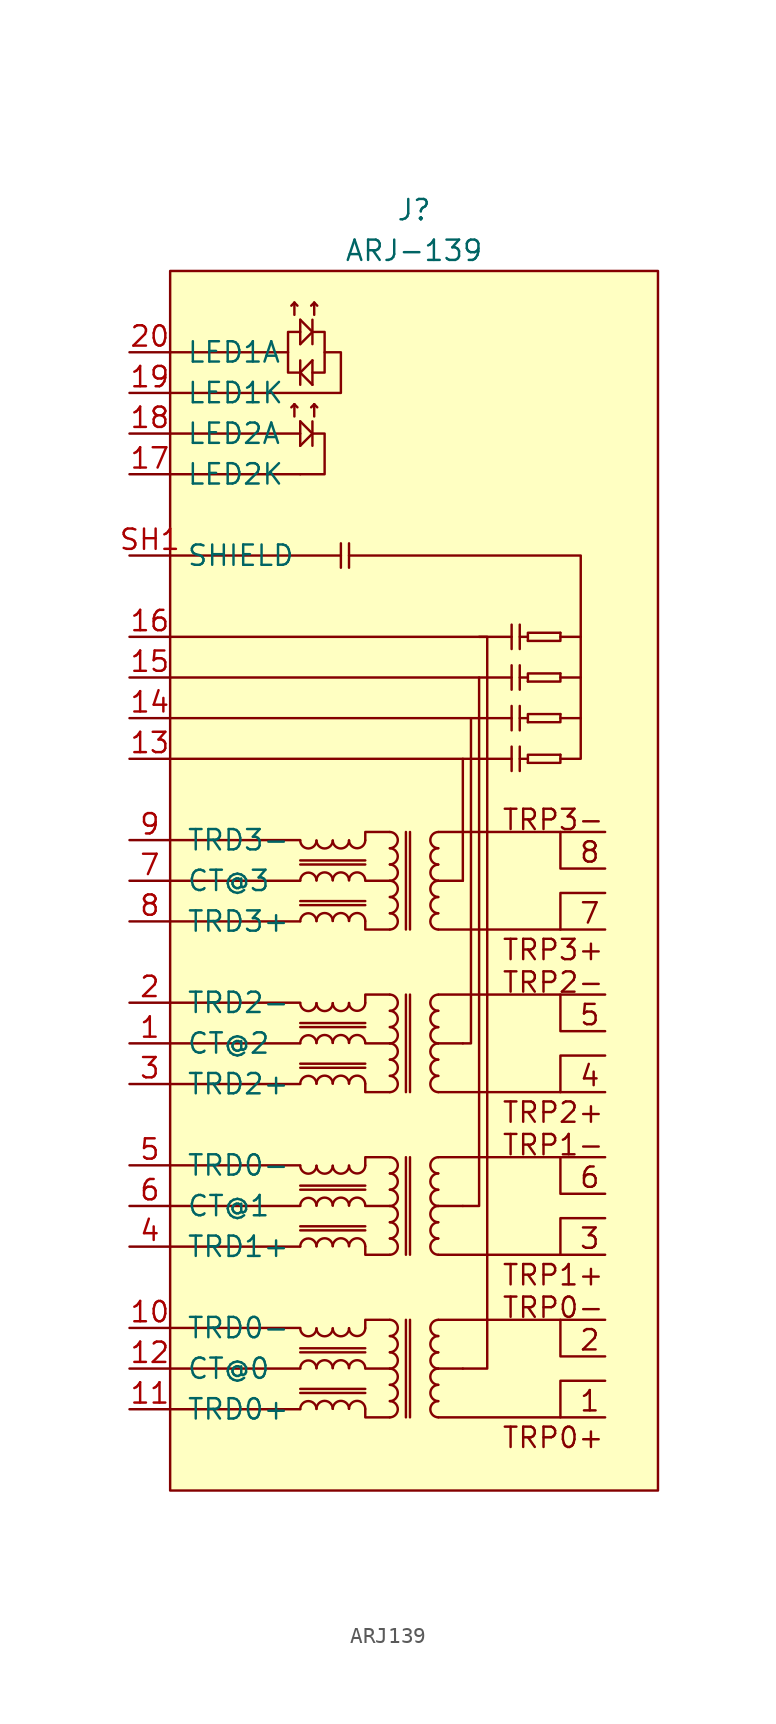
<source format=kicad_sym>
(kicad_symbol_lib
  (version 20220914)
  (generator kicad_symbol_editor)
  (symbol "ARJ139"
    (pin_names
      (offset 1.016))
    (property "Reference" "J"
      (at 0 3.81 0)
      (effects (font (size 1.27 1.27))))
    (property "Value" "ARJ-139"
      (at 0 1.27 0)
      (effects (font (size 1.27 1.27))))
    (symbol "ARJ139_0_0"
      (polyline (pts (xy -15.24 -17.78) (xy -4.572 -17.78)) (stroke (width 0) (type default)) (fill (type none)))
      (polyline (pts (xy -4.572 -17.018) (xy -4.572 -18.542)) (stroke (width 0) (type default)) (fill (type none)))
      (polyline (pts (xy -4.064 -18.542) (xy -4.064 -17.018)) (stroke (width 0) (type default)) (fill (type none)))
      (polyline (pts (xy 3.048 -30.48) (xy 6.096 -30.48)) (stroke (width 0) (type default)) (fill (type none)))
      (polyline (pts (xy 3.556 -27.94) (xy 6.096 -27.94)) (stroke (width 0) (type default)) (fill (type none)))
      (polyline (pts (xy 4.064 -25.4) (xy 6.096 -25.4)) (stroke (width 0) (type default)) (fill (type none)))
      (polyline (pts (xy 4.064 -22.86) (xy 6.096 -22.86)) (stroke (width 0) (type default)) (fill (type none)))
      (polyline (pts (xy 6.096 -29.718) (xy 6.096 -31.242)) (stroke (width 0) (type default)) (fill (type none)))
      (polyline (pts (xy 6.096 -27.178) (xy 6.096 -28.702)) (stroke (width 0) (type default)) (fill (type none)))
      (polyline (pts (xy 6.096 -24.638) (xy 6.096 -26.162)) (stroke (width 0) (type default)) (fill (type none)))
      (polyline (pts (xy 6.096 -22.098) (xy 6.096 -23.622)) (stroke (width 0) (type default)) (fill (type none)))
      (polyline (pts (xy 6.604 -31.242) (xy 6.604 -29.718)) (stroke (width 0) (type default)) (fill (type none)))
      (polyline (pts (xy 6.604 -30.48) (xy 7.112 -30.48)) (stroke (width 0) (type default)) (fill (type none)))
      (polyline (pts (xy 6.604 -28.702) (xy 6.604 -27.178)) (stroke (width 0) (type default)) (fill (type none)))
      (polyline (pts (xy 6.604 -27.94) (xy 7.112 -27.94)) (stroke (width 0) (type default)) (fill (type none)))
      (polyline (pts (xy 6.604 -26.162) (xy 6.604 -24.638)) (stroke (width 0) (type default)) (fill (type none)))
      (polyline (pts (xy 6.604 -25.4) (xy 7.112 -25.4)) (stroke (width 0) (type default)) (fill (type none)))
      (polyline (pts (xy 6.604 -23.622) (xy 6.604 -22.098)) (stroke (width 0) (type default)) (fill (type none)))
      (polyline (pts (xy 6.604 -22.86) (xy 7.112 -22.86)) (stroke (width 0) (type default)) (fill (type none)))
      (polyline (pts (xy 9.144 -27.94) (xy 10.414 -27.94)) (stroke (width 0) (type default)) (fill (type none)))
      (polyline (pts (xy 9.144 -25.4) (xy 10.414 -25.4)) (stroke (width 0) (type default)) (fill (type none)))
      (polyline (pts (xy 9.144 -22.86) (xy 10.414 -22.86)) (stroke (width 0) (type default)) (fill (type none)))
      (polyline (pts (xy 7.112 -30.734) (xy 7.112 -30.226) (xy 9.144 -30.226)) (stroke (width 0) (type default)) (fill (type none)))
      (polyline (pts (xy 7.112 -28.194) (xy 7.112 -27.686) (xy 9.144 -27.686)) (stroke (width 0) (type default)) (fill (type none)))
      (polyline (pts (xy 7.112 -25.654) (xy 7.112 -25.146) (xy 9.144 -25.146)) (stroke (width 0) (type default)) (fill (type none)))
      (polyline (pts (xy 7.112 -23.114) (xy 7.112 -22.606) (xy 9.144 -22.606)) (stroke (width 0) (type default)) (fill (type none)))
      (polyline (pts (xy 9.144 -71.628) (xy 9.144 -69.342) (xy 11.938 -69.342)) (stroke (width 0) (type default)) (fill (type none)))
      (polyline (pts (xy 9.144 -65.532) (xy 9.144 -67.818) (xy 11.938 -67.818)) (stroke (width 0) (type default)) (fill (type none)))
      (polyline (pts (xy 9.144 -61.468) (xy 9.144 -59.182) (xy 11.938 -59.182)) (stroke (width 0) (type default)) (fill (type none)))
      (polyline (pts (xy 9.144 -55.372) (xy 9.144 -57.658) (xy 11.938 -57.658)) (stroke (width 0) (type default)) (fill (type none)))
      (polyline (pts (xy 9.144 -51.308) (xy 9.144 -49.022) (xy 11.938 -49.022)) (stroke (width 0) (type default)) (fill (type none)))
      (polyline (pts (xy 9.144 -45.212) (xy 9.144 -47.498) (xy 11.938 -47.498)) (stroke (width 0) (type default)) (fill (type none)))
      (polyline (pts (xy 9.144 -41.148) (xy 9.144 -38.862) (xy 11.938 -38.862)) (stroke (width 0) (type default)) (fill (type none)))
      (polyline (pts (xy 9.144 -35.052) (xy 9.144 -37.338) (xy 11.938 -37.338)) (stroke (width 0) (type default)) (fill (type none)))
      (polyline (pts (xy 9.144 -30.226) (xy 9.144 -30.734) (xy 7.112 -30.734)) (stroke (width 0) (type default)) (fill (type none)))
      (polyline (pts (xy 9.144 -27.686) (xy 9.144 -28.194) (xy 7.112 -28.194)) (stroke (width 0) (type default)) (fill (type none)))
      (polyline (pts (xy 9.144 -25.146) (xy 9.144 -25.654) (xy 7.112 -25.654)) (stroke (width 0) (type default)) (fill (type none)))
      (polyline (pts (xy 9.144 -22.606) (xy 9.144 -23.114) (xy 7.112 -23.114)) (stroke (width 0) (type default)) (fill (type none)))
      (polyline (pts (xy -4.064 -17.78) (xy 10.414 -17.78) (xy 10.414 -30.48) (xy 9.144 -30.48)) (stroke (width 0) (type default)) (fill (type none)))
      (text "1" (at 11.684 -70.612 0) (effects (font (size 1.27 1.27)) (justify right)))
      (text "2" (at 11.684 -66.802 0) (effects (font (size 1.27 1.27)) (justify right)))
      (text "3" (at 11.684 -60.452 0) (effects (font (size 1.27 1.27)) (justify right)))
      (text "4" (at 11.684 -50.292 0) (effects (font (size 1.27 1.27)) (justify right)))
      (text "5" (at 11.684 -46.482 0) (effects (font (size 1.27 1.27)) (justify right)))
      (text "6" (at 11.684 -56.642 0) (effects (font (size 1.27 1.27)) (justify right)))
      (text "7" (at 11.684 -40.132 0) (effects (font (size 1.27 1.27)) (justify right)))
      (text "8" (at 11.684 -36.322 0) (effects (font (size 1.27 1.27)) (justify right)))
      (text "TRP0+" (at 11.938 -72.898 0) (effects (font (size 1.27 1.27)) (justify right)))
      (text "TRP0-" (at 11.938 -64.77 0) (effects (font (size 1.27 1.27)) (justify right)))
      (text "TRP1+" (at 11.938 -62.738 0) (effects (font (size 1.27 1.27)) (justify right)))
      (text "TRP1-" (at 11.938 -54.61 0) (effects (font (size 1.27 1.27)) (justify right)))
      (text "TRP2+" (at 11.938 -52.578 0) (effects (font (size 1.27 1.27)) (justify right)))
      (text "TRP2-" (at 11.938 -44.45 0) (effects (font (size 1.27 1.27)) (justify right)))
      (text "TRP3+" (at 11.938 -42.418 0) (effects (font (size 1.27 1.27)) (justify right)))
      (text "TRP3-" (at 11.938 -34.29 0) (effects (font (size 1.27 1.27)) (justify right))))
    (symbol "ARJ139_0_1"
      (rectangle (start -15.24 0) (end 15.24 -76.2) (stroke (width 0) (type default)) (fill (type background)))
      (arc (start -7.112 -66.0686) (mid -6.604 -66.5625) (end -6.096 -66.0686) (stroke (width 0) (type default)) (fill (type none)))
      (arc (start -7.112 -55.9086) (mid -6.604 -56.4025) (end -6.096 -55.9086) (stroke (width 0) (type default)) (fill (type none)))
      (arc (start -7.112 -45.7486) (mid -6.604 -46.2425) (end -6.096 -45.7486) (stroke (width 0) (type default)) (fill (type none)))
      (arc (start -7.112 -35.5886) (mid -6.604 -36.0825) (end -6.096 -35.5886) (stroke (width 0) (type default)) (fill (type none)))
      (arc (start -6.096 -71.1057) (mid -6.604 -70.6118) (end -7.112 -71.1057) (stroke (width 0) (type default)) (fill (type none)))
      (arc (start -6.096 -68.5657) (mid -6.604 -68.0718) (end -7.112 -68.5657) (stroke (width 0) (type default)) (fill (type none)))
      (arc (start -6.096 -66.0686) (mid -5.588 -66.5625) (end -5.08 -66.0686) (stroke (width 0) (type default)) (fill (type none)))
      (arc (start -6.096 -60.9457) (mid -6.604 -60.4518) (end -7.112 -60.9457) (stroke (width 0) (type default)) (fill (type none)))
      (arc (start -6.096 -58.4057) (mid -6.604 -57.9118) (end -7.112 -58.4057) (stroke (width 0) (type default)) (fill (type none)))
      (arc (start -6.096 -55.9086) (mid -5.588 -56.4025) (end -5.08 -55.9086) (stroke (width 0) (type default)) (fill (type none)))
      (arc (start -6.096 -50.7857) (mid -6.604 -50.2918) (end -7.112 -50.7857) (stroke (width 0) (type default)) (fill (type none)))
      (arc (start -6.096 -48.2457) (mid -6.604 -47.7518) (end -7.112 -48.2457) (stroke (width 0) (type default)) (fill (type none)))
      (arc (start -6.096 -45.7486) (mid -5.588 -46.2425) (end -5.08 -45.7486) (stroke (width 0) (type default)) (fill (type none)))
      (arc (start -6.096 -40.6257) (mid -6.604 -40.1318) (end -7.112 -40.6257) (stroke (width 0) (type default)) (fill (type none)))
      (arc (start -6.096 -38.0857) (mid -6.604 -37.5918) (end -7.112 -38.0857) (stroke (width 0) (type default)) (fill (type none)))
      (arc (start -6.096 -35.5886) (mid -5.588 -36.0825) (end -5.08 -35.5886) (stroke (width 0) (type default)) (fill (type none)))
      (arc (start -5.08 -71.0914) (mid -5.588 -70.5975) (end -6.096 -71.0914) (stroke (width 0) (type default)) (fill (type none)))
      (arc (start -5.08 -68.5514) (mid -5.588 -68.0575) (end -6.096 -68.5514) (stroke (width 0) (type default)) (fill (type none)))
      (arc (start -5.08 -66.0686) (mid -4.572 -66.5625) (end -4.064 -66.0686) (stroke (width 0) (type default)) (fill (type none)))
      (arc (start -5.08 -60.9314) (mid -5.588 -60.4375) (end -6.096 -60.9314) (stroke (width 0) (type default)) (fill (type none)))
      (arc (start -5.08 -58.3914) (mid -5.588 -57.8975) (end -6.096 -58.3914) (stroke (width 0) (type default)) (fill (type none)))
      (arc (start -5.08 -55.9086) (mid -4.572 -56.4025) (end -4.064 -55.9086) (stroke (width 0) (type default)) (fill (type none)))
      (arc (start -5.08 -50.7714) (mid -5.588 -50.2775) (end -6.096 -50.7714) (stroke (width 0) (type default)) (fill (type none)))
      (arc (start -5.08 -48.2314) (mid -5.588 -47.7375) (end -6.096 -48.2314) (stroke (width 0) (type default)) (fill (type none)))
      (arc (start -5.08 -45.7486) (mid -4.572 -46.2425) (end -4.064 -45.7486) (stroke (width 0) (type default)) (fill (type none)))
      (arc (start -5.08 -40.6114) (mid -5.588 -40.1175) (end -6.096 -40.6114) (stroke (width 0) (type default)) (fill (type none)))
      (arc (start -5.08 -38.0714) (mid -5.588 -37.5775) (end -6.096 -38.0714) (stroke (width 0) (type default)) (fill (type none)))
      (arc (start -5.08 -35.5886) (mid -4.572 -36.0825) (end -4.064 -35.5886) (stroke (width 0) (type default)) (fill (type none)))
      (arc (start -4.064 -71.0914) (mid -4.572 -70.5975) (end -5.08 -71.0914) (stroke (width 0) (type default)) (fill (type none)))
      (arc (start -4.064 -68.5514) (mid -4.572 -68.0575) (end -5.08 -68.5514) (stroke (width 0) (type default)) (fill (type none)))
      (arc (start -4.064 -66.0543) (mid -3.556 -66.5482) (end -3.048 -66.0543) (stroke (width 0) (type default)) (fill (type none)))
      (arc (start -4.064 -60.9314) (mid -4.572 -60.4375) (end -5.08 -60.9314) (stroke (width 0) (type default)) (fill (type none)))
      (arc (start -4.064 -58.3914) (mid -4.572 -57.8975) (end -5.08 -58.3914) (stroke (width 0) (type default)) (fill (type none)))
      (arc (start -4.064 -55.8943) (mid -3.556 -56.3882) (end -3.048 -55.8943) (stroke (width 0) (type default)) (fill (type none)))
      (arc (start -4.064 -50.7714) (mid -4.572 -50.2775) (end -5.08 -50.7714) (stroke (width 0) (type default)) (fill (type none)))
      (arc (start -4.064 -48.2314) (mid -4.572 -47.7375) (end -5.08 -48.2314) (stroke (width 0) (type default)) (fill (type none)))
      (arc (start -4.064 -45.7343) (mid -3.556 -46.2282) (end -3.048 -45.7343) (stroke (width 0) (type default)) (fill (type none)))
      (arc (start -4.064 -40.6114) (mid -4.572 -40.1175) (end -5.08 -40.6114) (stroke (width 0) (type default)) (fill (type none)))
      (arc (start -4.064 -38.0714) (mid -4.572 -37.5775) (end -5.08 -38.0714) (stroke (width 0) (type default)) (fill (type none)))
      (arc (start -4.064 -35.5743) (mid -3.556 -36.0682) (end -3.048 -35.5743) (stroke (width 0) (type default)) (fill (type none)))
      (arc (start -3.048 -71.0914) (mid -3.556 -70.5975) (end -4.064 -71.0914) (stroke (width 0) (type default)) (fill (type none)))
      (arc (start -3.048 -68.5514) (mid -3.556 -68.0575) (end -4.064 -68.5514) (stroke (width 0) (type default)) (fill (type none)))
      (arc (start -3.048 -60.9314) (mid -3.556 -60.4375) (end -4.064 -60.9314) (stroke (width 0) (type default)) (fill (type none)))
      (arc (start -3.048 -58.3914) (mid -3.556 -57.8975) (end -4.064 -58.3914) (stroke (width 0) (type default)) (fill (type none)))
      (arc (start -3.048 -50.7714) (mid -3.556 -50.2775) (end -4.064 -50.7714) (stroke (width 0) (type default)) (fill (type none)))
      (arc (start -3.048 -48.2314) (mid -3.556 -47.7375) (end -4.064 -48.2314) (stroke (width 0) (type default)) (fill (type none)))
      (arc (start -3.048 -40.6114) (mid -3.556 -40.1175) (end -4.064 -40.6114) (stroke (width 0) (type default)) (fill (type none)))
      (arc (start -3.048 -38.0714) (mid -3.556 -37.5775) (end -4.064 -38.0714) (stroke (width 0) (type default)) (fill (type none)))
      (arc (start -1.5097 -71.628) (mid -1.0158 -71.12) (end -1.5097 -70.612) (stroke (width 0) (type default)) (fill (type none)))
      (arc (start -1.5097 -70.612) (mid -1.0158 -70.104) (end -1.5097 -69.596) (stroke (width 0) (type default)) (fill (type none)))
      (arc (start -1.5097 -69.596) (mid -1.0158 -69.088) (end -1.5097 -68.58) (stroke (width 0) (type default)) (fill (type none)))
      (arc (start -1.5097 -68.58) (mid -1.0158 -68.072) (end -1.5097 -67.564) (stroke (width 0) (type default)) (fill (type none)))
      (arc (start -1.5097 -67.564) (mid -1.0158 -67.056) (end -1.5097 -66.548) (stroke (width 0) (type default)) (fill (type none)))
      (arc (start -1.5097 -66.548) (mid -1.0158 -66.04) (end -1.5097 -65.532) (stroke (width 0) (type default)) (fill (type none)))
      (arc (start -1.5097 -61.468) (mid -1.0158 -60.96) (end -1.5097 -60.452) (stroke (width 0) (type default)) (fill (type none)))
      (arc (start -1.5097 -60.452) (mid -1.0158 -59.944) (end -1.5097 -59.436) (stroke (width 0) (type default)) (fill (type none)))
      (arc (start -1.5097 -59.436) (mid -1.0158 -58.928) (end -1.5097 -58.42) (stroke (width 0) (type default)) (fill (type none)))
      (arc (start -1.5097 -58.42) (mid -1.0158 -57.912) (end -1.5097 -57.404) (stroke (width 0) (type default)) (fill (type none)))
      (arc (start -1.5097 -57.404) (mid -1.0158 -56.896) (end -1.5097 -56.388) (stroke (width 0) (type default)) (fill (type none)))
      (arc (start -1.5097 -56.388) (mid -1.0158 -55.88) (end -1.5097 -55.372) (stroke (width 0) (type default)) (fill (type none)))
      (arc (start -1.5097 -51.308) (mid -1.0158 -50.8) (end -1.5097 -50.292) (stroke (width 0) (type default)) (fill (type none)))
      (arc (start -1.5097 -50.292) (mid -1.0158 -49.784) (end -1.5097 -49.276) (stroke (width 0) (type default)) (fill (type none)))
      (arc (start -1.5097 -49.276) (mid -1.0158 -48.768) (end -1.5097 -48.26) (stroke (width 0) (type default)) (fill (type none)))
      (arc (start -1.5097 -48.26) (mid -1.0158 -47.752) (end -1.5097 -47.244) (stroke (width 0) (type default)) (fill (type none)))
      (arc (start -1.5097 -47.244) (mid -1.0158 -46.736) (end -1.5097 -46.228) (stroke (width 0) (type default)) (fill (type none)))
      (arc (start -1.5097 -46.228) (mid -1.0158 -45.72) (end -1.5097 -45.212) (stroke (width 0) (type default)) (fill (type none)))
      (arc (start -1.5097 -41.148) (mid -1.0158 -40.64) (end -1.5097 -40.132) (stroke (width 0) (type default)) (fill (type none)))
      (arc (start -1.5097 -40.132) (mid -1.0158 -39.624) (end -1.5097 -39.116) (stroke (width 0) (type default)) (fill (type none)))
      (arc (start -1.5097 -39.116) (mid -1.0158 -38.608) (end -1.5097 -38.1) (stroke (width 0) (type default)) (fill (type none)))
      (arc (start -1.5097 -38.1) (mid -1.0158 -37.592) (end -1.5097 -37.084) (stroke (width 0) (type default)) (fill (type none)))
      (arc (start -1.5097 -37.084) (mid -1.0158 -36.576) (end -1.5097 -36.068) (stroke (width 0) (type default)) (fill (type none)))
      (arc (start -1.5097 -36.068) (mid -1.0158 -35.56) (end -1.5097 -35.052) (stroke (width 0) (type default)) (fill (type none)))
      (polyline (pts (xy -15.24 -71.12) (xy -7.112 -71.12)) (stroke (width 0) (type default)) (fill (type none)))
      (polyline (pts (xy -15.24 -68.58) (xy -7.112 -68.58)) (stroke (width 0) (type default)) (fill (type none)))
      (polyline (pts (xy -15.24 -66.04) (xy -7.112 -66.04)) (stroke (width 0) (type default)) (fill (type none)))
      (polyline (pts (xy -15.24 -60.96) (xy -7.112 -60.96)) (stroke (width 0) (type default)) (fill (type none)))
      (polyline (pts (xy -15.24 -58.42) (xy -7.112 -58.42)) (stroke (width 0) (type default)) (fill (type none)))
      (polyline (pts (xy -15.24 -55.88) (xy -7.112 -55.88)) (stroke (width 0) (type default)) (fill (type none)))
      (polyline (pts (xy -15.24 -50.8) (xy -7.112 -50.8)) (stroke (width 0) (type default)) (fill (type none)))
      (polyline (pts (xy -15.24 -48.26) (xy -7.112 -48.26)) (stroke (width 0) (type default)) (fill (type none)))
      (polyline (pts (xy -15.24 -45.72) (xy -7.112 -45.72)) (stroke (width 0) (type default)) (fill (type none)))
      (polyline (pts (xy -15.24 -40.64) (xy -7.112 -40.64)) (stroke (width 0) (type default)) (fill (type none)))
      (polyline (pts (xy -15.24 -38.1) (xy -7.112 -38.1)) (stroke (width 0) (type default)) (fill (type none)))
      (polyline (pts (xy -15.24 -35.56) (xy -7.112 -35.56)) (stroke (width 0) (type default)) (fill (type none)))
      (polyline (pts (xy -15.24 -12.7) (xy -7.112 -12.7)) (stroke (width 0) (type default)) (fill (type none)))
      (polyline (pts (xy -15.24 -10.16) (xy -7.112 -10.16)) (stroke (width 0) (type default)) (fill (type none)))
      (polyline (pts (xy -15.24 -5.08) (xy -7.874 -5.08)) (stroke (width 0) (type default)) (fill (type none)))
      (polyline (pts (xy -7.112 -70.104) (xy -3.048 -70.104)) (stroke (width 0) (type default)) (fill (type none)))
      (polyline (pts (xy -7.112 -69.85) (xy -3.048 -69.85)) (stroke (width 0) (type default)) (fill (type none)))
      (polyline (pts (xy -7.112 -67.564) (xy -3.048 -67.564)) (stroke (width 0) (type default)) (fill (type none)))
      (polyline (pts (xy -7.112 -67.31) (xy -3.048 -67.31)) (stroke (width 0) (type default)) (fill (type none)))
      (polyline (pts (xy -7.112 -59.944) (xy -3.048 -59.944)) (stroke (width 0) (type default)) (fill (type none)))
      (polyline (pts (xy -7.112 -59.69) (xy -3.048 -59.69)) (stroke (width 0) (type default)) (fill (type none)))
      (polyline (pts (xy -7.112 -57.404) (xy -3.048 -57.404)) (stroke (width 0) (type default)) (fill (type none)))
      (polyline (pts (xy -7.112 -57.15) (xy -3.048 -57.15)) (stroke (width 0) (type default)) (fill (type none)))
      (polyline (pts (xy -7.112 -49.784) (xy -3.048 -49.784)) (stroke (width 0) (type default)) (fill (type none)))
      (polyline (pts (xy -7.112 -49.53) (xy -3.048 -49.53)) (stroke (width 0) (type default)) (fill (type none)))
      (polyline (pts (xy -7.112 -47.244) (xy -3.048 -47.244)) (stroke (width 0) (type default)) (fill (type none)))
      (polyline (pts (xy -7.112 -46.99) (xy -3.048 -46.99)) (stroke (width 0) (type default)) (fill (type none)))
      (polyline (pts (xy -7.112 -39.624) (xy -3.048 -39.624)) (stroke (width 0) (type default)) (fill (type none)))
      (polyline (pts (xy -7.112 -39.37) (xy -3.048 -39.37)) (stroke (width 0) (type default)) (fill (type none)))
      (polyline (pts (xy -7.112 -37.084) (xy -3.048 -37.084)) (stroke (width 0) (type default)) (fill (type none)))
      (polyline (pts (xy -7.112 -36.83) (xy -3.048 -36.83)) (stroke (width 0) (type default)) (fill (type none)))
      (polyline (pts (xy -7.112 -10.922) (xy -7.112 -9.398)) (stroke (width 0) (type default)) (fill (type none)))
      (polyline (pts (xy -7.112 -5.588) (xy -7.112 -7.112)) (stroke (width 0) (type default)) (fill (type none)))
      (polyline (pts (xy -7.112 -4.572) (xy -7.112 -3.048)) (stroke (width 0) (type default)) (fill (type none)))
      (polyline (pts (xy -6.35 -9.398) (xy -6.35 -10.922)) (stroke (width 0) (type default)) (fill (type none)))
      (polyline (pts (xy -6.35 -7.112) (xy -6.35 -5.588)) (stroke (width 0) (type default)) (fill (type none)))
      (polyline (pts (xy -6.35 -3.048) (xy -6.35 -4.572)) (stroke (width 0) (type default)) (fill (type none)))
      (polyline (pts (xy -3.048 -68.58) (xy -1.524 -68.58)) (stroke (width 0) (type default)) (fill (type none)))
      (polyline (pts (xy -3.048 -58.42) (xy -1.524 -58.42)) (stroke (width 0) (type default)) (fill (type none)))
      (polyline (pts (xy -3.048 -48.26) (xy -1.524 -48.26)) (stroke (width 0) (type default)) (fill (type none)))
      (polyline (pts (xy -3.048 -38.1) (xy -1.524 -38.1)) (stroke (width 0) (type default)) (fill (type none)))
      (polyline (pts (xy -0.508 -65.532) (xy -0.508 -71.628)) (stroke (width 0) (type default)) (fill (type none)))
      (polyline (pts (xy -0.508 -55.372) (xy -0.508 -61.468)) (stroke (width 0) (type default)) (fill (type none)))
      (polyline (pts (xy -0.508 -45.212) (xy -0.508 -51.308)) (stroke (width 0) (type default)) (fill (type none)))
      (polyline (pts (xy -0.508 -35.052) (xy -0.508 -41.148)) (stroke (width 0) (type default)) (fill (type none)))
      (polyline (pts (xy -0.254 -71.628) (xy -0.254 -65.532)) (stroke (width 0) (type default)) (fill (type none)))
      (polyline (pts (xy -0.254 -61.468) (xy -0.254 -55.372)) (stroke (width 0) (type default)) (fill (type none)))
      (polyline (pts (xy -0.254 -51.308) (xy -0.254 -45.212)) (stroke (width 0) (type default)) (fill (type none)))
      (polyline (pts (xy -0.254 -41.148) (xy -0.254 -35.052)) (stroke (width 0) (type default)) (fill (type none)))
      (polyline (pts (xy 1.524 -71.628) (xy 11.938 -71.628)) (stroke (width 0) (type default)) (fill (type none)))
      (polyline (pts (xy 1.524 -65.532) (xy 11.938 -65.532)) (stroke (width 0) (type default)) (fill (type none)))
      (polyline (pts (xy 1.524 -61.468) (xy 11.938 -61.468)) (stroke (width 0) (type default)) (fill (type none)))
      (polyline (pts (xy 1.524 -55.372) (xy 11.938 -55.372)) (stroke (width 0) (type default)) (fill (type none)))
      (polyline (pts (xy 1.524 -51.308) (xy 11.938 -51.308)) (stroke (width 0) (type default)) (fill (type none)))
      (polyline (pts (xy 1.524 -45.212) (xy 11.938 -45.212)) (stroke (width 0) (type default)) (fill (type none)))
      (polyline (pts (xy 1.524 -41.148) (xy 11.938 -41.148)) (stroke (width 0) (type default)) (fill (type none)))
      (polyline (pts (xy 1.524 -35.052) (xy 11.938 -35.052)) (stroke (width 0) (type default)) (fill (type none)))
      (polyline (pts (xy 3.048 -68.58) (xy 1.524 -68.58)) (stroke (width 0) (type default)) (fill (type none)))
      (polyline (pts (xy 3.048 -58.42) (xy 1.524 -58.42)) (stroke (width 0) (type default)) (fill (type none)))
      (polyline (pts (xy 3.048 -48.26) (xy 1.524 -48.26)) (stroke (width 0) (type default)) (fill (type none)))
      (polyline (pts (xy 3.048 -38.1) (xy 1.524 -38.1)) (stroke (width 0) (type default)) (fill (type none)))
      (polyline (pts (xy -15.24 -30.48) (xy 3.048 -30.48) (xy 3.048 -38.1)) (stroke (width 0) (type default)) (fill (type none)))
      (polyline (pts (xy -7.112 -9.398) (xy -6.35 -10.16) (xy -7.112 -10.922)) (stroke (width 0) (type default)) (fill (type none)))
      (polyline (pts (xy -7.112 -3.048) (xy -6.35 -3.81) (xy -7.112 -4.572)) (stroke (width 0) (type default)) (fill (type none)))
      (polyline (pts (xy -6.35 -5.588) (xy -7.112 -6.35) (xy -6.35 -7.112)) (stroke (width 0) (type default)) (fill (type none)))
      (polyline (pts (xy -3.048 -71.12) (xy -3.048 -71.628) (xy -1.524 -71.628)) (stroke (width 0) (type default)) (fill (type none)))
      (polyline (pts (xy -3.048 -60.96) (xy -3.048 -61.468) (xy -1.524 -61.468)) (stroke (width 0) (type default)) (fill (type none)))
      (polyline (pts (xy -3.048 -50.8) (xy -3.048 -51.308) (xy -1.524 -51.308)) (stroke (width 0) (type default)) (fill (type none)))
      (polyline (pts (xy -3.048 -40.64) (xy -3.048 -41.148) (xy -1.524 -41.148)) (stroke (width 0) (type default)) (fill (type none)))
      (polyline (pts (xy -1.524 -65.532) (xy -3.048 -65.532) (xy -3.048 -66.04)) (stroke (width 0) (type default)) (fill (type none)))
      (polyline (pts (xy -1.524 -55.372) (xy -3.048 -55.372) (xy -3.048 -55.88)) (stroke (width 0) (type default)) (fill (type none)))
      (polyline (pts (xy -1.524 -45.212) (xy -3.048 -45.212) (xy -3.048 -45.72)) (stroke (width 0) (type default)) (fill (type none)))
      (polyline (pts (xy -1.524 -35.052) (xy -3.048 -35.052) (xy -3.048 -35.56)) (stroke (width 0) (type default)) (fill (type none)))
      (polyline (pts (xy -15.24 -25.4) (xy 4.064 -25.4) (xy 4.064 -58.42) (xy 3.048 -58.42)) (stroke (width 0) (type default)) (fill (type none)))
      (polyline (pts (xy -15.24 -7.62) (xy -4.572 -7.62) (xy -4.572 -5.08) (xy -5.588 -5.08)) (stroke (width 0) (type default)) (fill (type none)))
      (polyline (pts (xy -7.112 -12.7) (xy -5.588 -12.7) (xy -5.588 -10.16) (xy -6.35 -10.16)) (stroke (width 0) (type default)) (fill (type none)))
      (polyline (pts (xy -7.112 -3.81) (xy -7.874 -3.81) (xy -7.874 -6.35) (xy -7.112 -6.35)) (stroke (width 0) (type default)) (fill (type none)))
      (polyline (pts (xy -6.35 -3.81) (xy -5.588 -3.81) (xy -5.588 -6.35) (xy -6.35 -6.35)) (stroke (width 0) (type default)) (fill (type none)))
      (polyline (pts (xy 3.048 -48.26) (xy 3.556 -48.26) (xy 3.556 -27.94) (xy -15.24 -27.94)) (stroke (width 0) (type default)) (fill (type none)))
      (polyline (pts (xy 3.048 -68.58) (xy 4.572 -68.58) (xy 4.572 -52.578) (xy 4.572 -25.4) (xy 4.572 -22.86) (xy -15.24 -22.86)) (stroke (width 0) (type default)) (fill (type none)))
      (arc (start 1.5097 -70.612) (mid 1.0158 -71.12) (end 1.5097 -71.628) (stroke (width 0) (type default)) (fill (type none)))
      (arc (start 1.5097 -69.596) (mid 1.0158 -70.104) (end 1.5097 -70.612) (stroke (width 0) (type default)) (fill (type none)))
      (arc (start 1.5097 -68.58) (mid 1.0158 -69.088) (end 1.5097 -69.596) (stroke (width 0) (type default)) (fill (type none)))
      (arc (start 1.5097 -67.564) (mid 1.0158 -68.072) (end 1.5097 -68.58) (stroke (width 0) (type default)) (fill (type none)))
      (arc (start 1.5097 -66.548) (mid 1.0158 -67.056) (end 1.5097 -67.564) (stroke (width 0) (type default)) (fill (type none)))
      (arc (start 1.5097 -65.532) (mid 1.0158 -66.04) (end 1.5097 -66.548) (stroke (width 0) (type default)) (fill (type none)))
      (arc (start 1.5097 -60.452) (mid 1.0158 -60.96) (end 1.5097 -61.468) (stroke (width 0) (type default)) (fill (type none)))
      (arc (start 1.5097 -59.436) (mid 1.0158 -59.944) (end 1.5097 -60.452) (stroke (width 0) (type default)) (fill (type none)))
      (arc (start 1.5097 -58.42) (mid 1.0158 -58.928) (end 1.5097 -59.436) (stroke (width 0) (type default)) (fill (type none)))
      (arc (start 1.5097 -57.404) (mid 1.0158 -57.912) (end 1.5097 -58.42) (stroke (width 0) (type default)) (fill (type none)))
      (arc (start 1.5097 -56.388) (mid 1.0158 -56.896) (end 1.5097 -57.404) (stroke (width 0) (type default)) (fill (type none)))
      (arc (start 1.5097 -55.372) (mid 1.0158 -55.88) (end 1.5097 -56.388) (stroke (width 0) (type default)) (fill (type none)))
      (arc (start 1.5097 -50.292) (mid 1.0158 -50.8) (end 1.5097 -51.308) (stroke (width 0) (type default)) (fill (type none)))
      (arc (start 1.5097 -49.276) (mid 1.0158 -49.784) (end 1.5097 -50.292) (stroke (width 0) (type default)) (fill (type none)))
      (arc (start 1.5097 -48.26) (mid 1.0158 -48.768) (end 1.5097 -49.276) (stroke (width 0) (type default)) (fill (type none)))
      (arc (start 1.5097 -47.244) (mid 1.0158 -47.752) (end 1.5097 -48.26) (stroke (width 0) (type default)) (fill (type none)))
      (arc (start 1.5097 -46.228) (mid 1.0158 -46.736) (end 1.5097 -47.244) (stroke (width 0) (type default)) (fill (type none)))
      (arc (start 1.5097 -45.212) (mid 1.0158 -45.72) (end 1.5097 -46.228) (stroke (width 0) (type default)) (fill (type none)))
      (arc (start 1.5097 -40.132) (mid 1.0158 -40.64) (end 1.5097 -41.148) (stroke (width 0) (type default)) (fill (type none)))
      (arc (start 1.5097 -39.116) (mid 1.0158 -39.624) (end 1.5097 -40.132) (stroke (width 0) (type default)) (fill (type none)))
      (arc (start 1.5097 -38.1) (mid 1.0158 -38.608) (end 1.5097 -39.116) (stroke (width 0) (type default)) (fill (type none)))
      (arc (start 1.5097 -37.084) (mid 1.0158 -37.592) (end 1.5097 -38.1) (stroke (width 0) (type default)) (fill (type none)))
      (arc (start 1.5097 -36.068) (mid 1.0158 -36.576) (end 1.5097 -37.084) (stroke (width 0) (type default)) (fill (type none)))
      (arc (start 1.5097 -35.052) (mid 1.0158 -35.56) (end 1.5097 -36.068) (stroke (width 0) (type default)) (fill (type none))))
    (symbol "ARJ139_1_1"
      (text "↑↑" (at -6.858 -8.636 0) (effects (font (size 1 1))))
      (text "↑↑" (at -6.858 -2.286 0) (effects (font (size 1 1))))
      (pin bidirectional line (at -17.78 -48.26 0) (length 2.54) (name "CT@2" (effects (font (size 1.27 1.27)))) (number "1" (effects (font (size 1.27 1.27)))))
      (pin bidirectional line (at -17.78 -66.04 0) (length 2.54) (name "TRD0-" (effects (font (size 1.27 1.27)))) (number "10" (effects (font (size 1.27 1.27)))))
      (pin bidirectional line (at -17.78 -71.12 0) (length 2.54) (name "TRD0+" (effects (font (size 1.27 1.27)))) (number "11" (effects (font (size 1.27 1.27)))))
      (pin bidirectional line (at -17.78 -68.58 0) (length 2.54) (name "CT@0" (effects (font (size 1.27 1.27)))) (number "12" (effects (font (size 1.27 1.27)))))
      (pin passive line (at -17.78 -30.48 0) (length 2.54) (name "" (effects (font (size 1.27 1.27)))) (number "13" (effects (font (size 1.27 1.27)))))
      (pin passive line (at -17.78 -27.94 0) (length 2.54) (name "" (effects (font (size 1.27 1.27)))) (number "14" (effects (font (size 1.27 1.27)))))
      (pin passive line (at -17.78 -25.4 0) (length 2.54) (name "" (effects (font (size 1.27 1.27)))) (number "15" (effects (font (size 1.27 1.27)))))
      (pin passive line (at -17.78 -22.86 0) (length 2.54) (name "" (effects (font (size 1.27 1.27)))) (number "16" (effects (font (size 1.27 1.27)))))
      (pin bidirectional line (at -17.78 -12.7 0) (length 2.54) (name "LED2K" (effects (font (size 1.27 1.27)))) (number "17" (effects (font (size 1.27 1.27)))))
      (pin bidirectional line (at -17.78 -10.16 0) (length 2.54) (name "LED2A" (effects (font (size 1.27 1.27)))) (number "18" (effects (font (size 1.27 1.27)))))
      (pin bidirectional line (at -17.78 -7.62 0) (length 2.54) (name "LED1K" (effects (font (size 1.27 1.27)))) (number "19" (effects (font (size 1.27 1.27)))))
      (pin bidirectional line (at -17.78 -45.72 0) (length 2.54) (name "TRD2-" (effects (font (size 1.27 1.27)))) (number "2" (effects (font (size 1.27 1.27)))))
      (pin bidirectional line (at -17.78 -5.08 0) (length 2.54) (name "LED1A" (effects (font (size 1.27 1.27)))) (number "20" (effects (font (size 1.27 1.27)))))
      (pin bidirectional line (at -17.78 -50.8 0) (length 2.54) (name "TRD2+" (effects (font (size 1.27 1.27)))) (number "3" (effects (font (size 1.27 1.27)))))
      (pin bidirectional line (at -17.78 -60.96 0) (length 2.54) (name "TRD1+" (effects (font (size 1.27 1.27)))) (number "4" (effects (font (size 1.27 1.27)))))
      (pin bidirectional line (at -17.78 -55.88 0) (length 2.54) (name "TRD0-" (effects (font (size 1.27 1.27)))) (number "5" (effects (font (size 1.27 1.27)))))
      (pin bidirectional line (at -17.78 -58.42 0) (length 2.54) (name "CT@1" (effects (font (size 1.27 1.27)))) (number "6" (effects (font (size 1.27 1.27)))))
      (pin bidirectional line (at -17.78 -38.1 0) (length 2.54) (name "CT@3" (effects (font (size 1.27 1.27)))) (number "7" (effects (font (size 1.27 1.27)))))
      (pin bidirectional line (at -17.78 -40.64 0) (length 2.54) (name "TRD3+" (effects (font (size 1.27 1.27)))) (number "8" (effects (font (size 1.27 1.27)))))
      (pin bidirectional line (at -17.78 -35.56 0) (length 2.54) (name "TRD3-" (effects (font (size 1.27 1.27)))) (number "9" (effects (font (size 1.27 1.27)))))
      (pin passive line (at -17.78 -17.78 0) (length 2.54) (name "SHIELD" (effects (font (size 1.27 1.27)))) (number "SH1" (effects (font (size 1.27 1.27)))))
      (pin passive line (at -17.78 -17.78 0) (length 2.54) hide (name "SHIELD" (effects (font (size 1.27 1.27)))) (number "SH2" (effects (font (size 1.27 1.27))))))))
</source>
